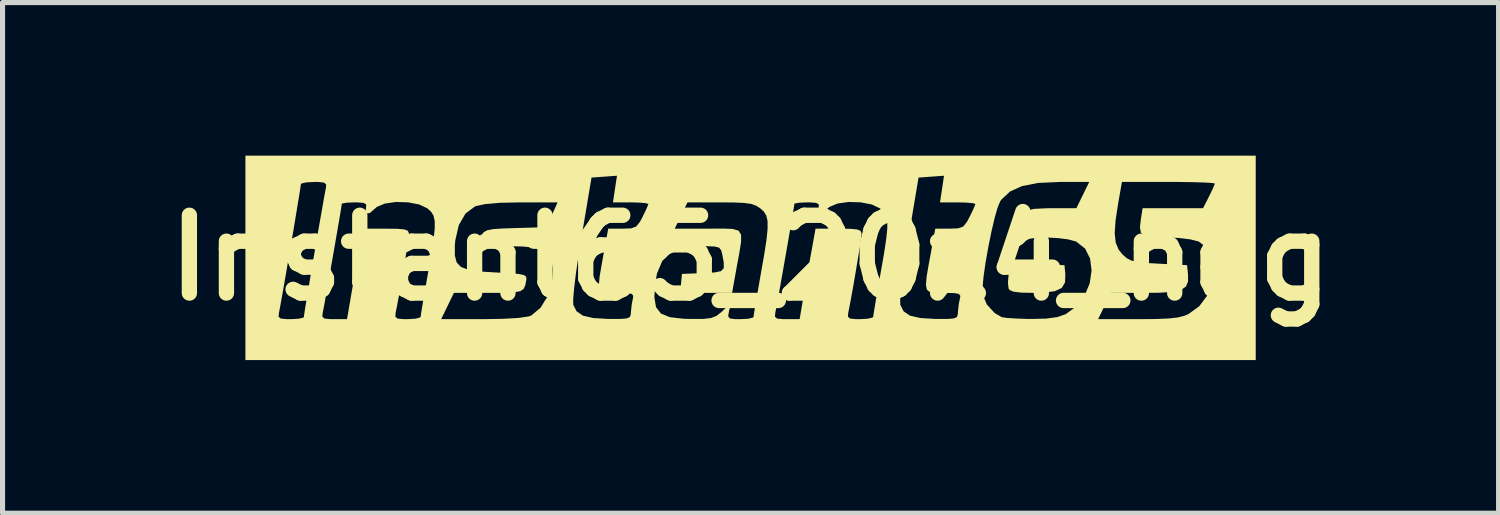
<source format=kicad_pcb>
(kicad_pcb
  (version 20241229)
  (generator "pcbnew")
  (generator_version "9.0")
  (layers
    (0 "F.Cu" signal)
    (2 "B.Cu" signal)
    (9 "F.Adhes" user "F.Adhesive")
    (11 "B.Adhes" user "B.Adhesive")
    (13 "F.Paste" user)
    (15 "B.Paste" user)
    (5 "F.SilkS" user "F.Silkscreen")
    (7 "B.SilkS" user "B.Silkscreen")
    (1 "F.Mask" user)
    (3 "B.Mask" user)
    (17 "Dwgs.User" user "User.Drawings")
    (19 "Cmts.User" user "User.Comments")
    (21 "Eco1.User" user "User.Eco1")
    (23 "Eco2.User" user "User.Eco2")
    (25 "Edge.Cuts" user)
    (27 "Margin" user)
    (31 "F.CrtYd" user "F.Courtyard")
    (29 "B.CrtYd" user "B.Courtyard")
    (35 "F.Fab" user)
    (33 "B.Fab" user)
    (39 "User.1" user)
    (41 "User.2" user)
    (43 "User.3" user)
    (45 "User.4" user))
  (footprint "Instant65_20x4_neg"
    (layer "F.Cu")
    (at 11.655 2.002)
    (property "Reference" "Instant65_20x4_neg" (at 0 0 0) (layer "F.SilkS") (effects (font (size 1.524 1.524) (thickness 0.3))))
    (attr through_hole)
    (fp_poly (pts (xy 6.15 0.143) (xy 6.167 0.322) (xy 6.161 0.482) (xy 6.097 0.589) (xy 5.96 0.653) (xy 5.734 0.682) (xy 5.543 0.686) (xy 5.301 0.681) (xy 5.151 0.663) (xy 5.074 0.629) (xy 5.055 0.6) (xy 5.042 0.488) (xy 5.056 0.329) (xy 5.06 0.312) (xy 5.097 0.11)) (stroke (width 0) (type solid)) (fill yes) (layer "F.SilkS"))
    (fp_poly (pts (xy 9.897 2.002) (xy -9.897 2.002) (xy -9.897 1.152) (xy -9.248 1.152) (xy -9.206 1.189) (xy -9.088 1.201) (xy -9.011 1.201) (xy -8.857 1.193) (xy -8.765 1.172) (xy -8.753 1.16) (xy -8.752 1.152) (xy -8.39 1.152) (xy -8.347 1.19) (xy -8.226 1.201) (xy -8.159 1.201) (xy -7.906 1.201) (xy -7.84 0.815) (xy -7.797 0.567) (xy -7.744 0.265) (xy -7.692 -0.03) (xy -7.684 -0.072) (xy -7.594 -0.572) (xy -7.144 -0.572) (xy -6.916 -0.569) (xy -6.781 -0.557) (xy -6.714 -0.53) (xy -6.694 -0.483) (xy -6.693 -0.47) (xy -6.703 -0.381) (xy -6.728 -0.206) (xy -6.766 0.027) (xy -6.81 0.291) (xy -6.856 0.56) (xy -6.901 0.807) (xy -6.939 1.004) (xy -6.953 1.073) (xy -6.96 1.152) (xy -6.918 1.189) (xy -6.798 1.201) (xy -6.723 1.201) (xy -6.062 1.201) (xy -5.248 1.201) (xy -4.847 1.194) (xy -4.548 1.177) (xy -4.355 1.149) (xy -4.296 1.129) (xy -4.116 0.979) (xy -4.007 0.803) (xy -3.475 0.803) (xy -3.474 0.915) (xy -3.473 0.92) (xy -3.409 1.047) (xy -3.284 1.132) (xy -3.081 1.179) (xy -2.784 1.197) (xy -2.76 1.197) (xy -2.546 1.197) (xy -2.422 1.186) (xy -2.363 1.158) (xy -2.346 1.104) (xy -2.345 1.073) (xy -2.328 0.907) (xy -2.309 0.815) (xy -2.302 0.771) (xy -1.885 0.771) (xy -1.853 0.965) (xy -1.756 1.091) (xy -1.582 1.162) (xy -1.316 1.193) (xy -1.147 1.197) (xy -0.921 1.196) (xy -0.774 1.179) (xy -0.67 1.138) (xy -0.575 1.064) (xy -0.553 1.044) (xy -0.385 0.887) (xy -0.422 1.044) (xy -0.439 1.14) (xy -0.41 1.186) (xy -0.309 1.2) (xy -0.201 1.201) (xy -0.047 1.193) (xy 0.045 1.171) (xy 0.057 1.158) (xy 0.058 1.152) (xy 0.477 1.152) (xy 0.52 1.19) (xy 0.641 1.201) (xy 0.708 1.201) (xy 0.961 1.201) (xy 1.027 0.815) (xy 1.07 0.567) (xy 1.123 0.265) (xy 1.175 -0.03) (xy 1.183 -0.072) (xy 1.273 -0.572) (xy 1.723 -0.572) (xy 1.951 -0.569) (xy 2.087 -0.557) (xy 2.153 -0.53) (xy 2.173 -0.483) (xy 2.174 -0.47) (xy 2.164 -0.381) (xy 2.139 -0.206) (xy 2.101 0.027) (xy 2.057 0.291) (xy 2.011 0.56) (xy 1.966 0.807) (xy 1.928 1.004) (xy 1.914 1.073) (xy 1.907 1.152) (xy 1.949 1.189) (xy 2.069 1.201) (xy 2.144 1.201) (xy 6.809 1.201) (xy 7.595 1.201) (xy 7.936 1.198) (xy 8.184 1.188) (xy 8.362 1.169) (xy 8.493 1.137) (xy 8.58 1.101) (xy 8.792 0.946) (xy 8.949 0.737) (xy 9.047 0.496) (xy 9.084 0.247) (xy 9.055 0.014) (xy 8.958 -0.181) (xy 8.79 -0.314) (xy 8.773 -0.322) (xy 8.618 -0.362) (xy 8.391 -0.39) (xy 8.137 -0.4) (xy 8.131 -0.4) (xy 7.881 -0.406) (xy 7.726 -0.432) (xy 7.648 -0.492) (xy 7.628 -0.602) (xy 7.648 -0.769) (xy 7.681 -0.973) (xy 8.865 -0.973) (xy 8.98 -1.199) (xy 9.05 -1.343) (xy 9.091 -1.439) (xy 9.096 -1.457) (xy 9.042 -1.467) (xy 8.893 -1.476) (xy 8.668 -1.483) (xy 8.385 -1.487) (xy 8.186 -1.487) (xy 7.276 -1.487) (xy 7.203 -1.073) (xy 7.151 -0.734) (xy 7.134 -0.483) (xy 7.154 -0.298) (xy 7.212 -0.16) (xy 7.288 -0.066) (xy 7.369 0.005) (xy 7.458 0.052) (xy 7.584 0.082) (xy 7.774 0.101) (xy 7.996 0.114) (xy 8.552 0.143) (xy 8.57 0.322) (xy 8.571 0.462) (xy 8.531 0.561) (xy 8.436 0.627) (xy 8.27 0.665) (xy 8.018 0.683) (xy 7.73 0.686) (xy 7.059 0.686) (xy 6.934 0.944) (xy 6.809 1.201) (xy 2.144 1.201) (xy 2.298 1.192) (xy 2.391 1.169) (xy 2.403 1.155) (xy 2.412 1.085) (xy 2.439 0.924) (xy 2.459 0.803) (xy 2.932 0.803) (xy 2.933 0.915) (xy 2.934 0.92) (xy 2.998 1.047) (xy 3.123 1.132) (xy 3.326 1.179) (xy 3.623 1.197) (xy 3.647 1.197) (xy 3.861 1.197) (xy 3.985 1.186) (xy 4.044 1.158) (xy 4.061 1.104) (xy 4.062 1.073) (xy 4.079 0.907) (xy 4.098 0.815) (xy 4.11 0.745) (xy 4.081 0.706) (xy 3.988 0.69) (xy 3.808 0.686) (xy 3.782 0.686) (xy 3.623 0.686) (xy 3.516 0.672) (xy 3.456 0.626) (xy 3.445 0.576) (xy 4.545 0.576) (xy 4.546 0.717) (xy 4.547 0.72) (xy 4.629 0.913) (xy 4.782 1.081) (xy 4.92 1.161) (xy 5.014 1.176) (xy 5.19 1.188) (xy 5.415 1.196) (xy 5.492 1.197) (xy 5.793 1.19) (xy 6.011 1.16) (xy 6.174 1.103) (xy 6.177 1.101) (xy 6.39 0.946) (xy 6.547 0.737) (xy 6.645 0.496) (xy 6.681 0.247) (xy 6.652 0.014) (xy 6.555 -0.181) (xy 6.387 -0.314) (xy 6.371 -0.322) (xy 6.223 -0.362) (xy 6.024 -0.387) (xy 5.81 -0.399) (xy 5.612 -0.394) (xy 5.465 -0.374) (xy 5.406 -0.344) (xy 5.331 -0.272) (xy 5.256 -0.225) (xy 5.188 -0.196) (xy 5.16 -0.219) (xy 5.163 -0.318) (xy 5.179 -0.439) (xy 5.221 -0.674) (xy 5.282 -0.828) (xy 5.384 -0.917) (xy 5.551 -0.96) (xy 5.803 -0.972) (xy 5.882 -0.973) (xy 6.384 -0.973) (xy 6.509 -1.23) (xy 6.635 -1.487) (xy 6.053 -1.487) (xy 5.638 -1.468) (xy 5.319 -1.406) (xy 5.082 -1.299) (xy 4.914 -1.141) (xy 4.891 -1.108) (xy 4.84 -0.986) (xy 4.781 -0.779) (xy 4.719 -0.514) (xy 4.659 -0.218) (xy 4.606 0.081) (xy 4.566 0.355) (xy 4.545 0.576) (xy 3.445 0.576) (xy 3.436 0.532) (xy 3.449 0.37) (xy 3.491 0.124) (xy 3.526 -0.063) (xy 3.619 -0.572) (xy 3.896 -0.572) (xy 4.067 -0.578) (xy 4.167 -0.614) (xy 4.239 -0.705) (xy 4.289 -0.799) (xy 4.359 -0.942) (xy 4.4 -1.039) (xy 4.405 -1.056) (xy 4.353 -1.072) (xy 4.218 -1.083) (xy 4.058 -1.087) (xy 3.711 -1.087) (xy 3.751 -1.348) (xy 3.79 -1.609) (xy 3.541 -1.591) (xy 3.291 -1.573) (xy 3.094 -0.4) (xy 3.033 -0.022) (xy 2.985 0.316) (xy 2.95 0.597) (xy 2.932 0.803) (xy 2.459 0.803) (xy 2.478 0.694) (xy 2.527 0.415) (xy 2.545 0.312) (xy 2.613 -0.073) (xy 2.657 -0.363) (xy 2.679 -0.574) (xy 2.679 -0.723) (xy 2.655 -0.828) (xy 2.609 -0.903) (xy 2.539 -0.967) (xy 2.538 -0.968) (xy 2.375 -1.046) (xy 2.156 -1.088) (xy 1.919 -1.095) (xy 1.702 -1.064) (xy 1.545 -0.998) (xy 1.516 -0.973) (xy 1.407 -0.878) (xy 1.338 -0.87) (xy 1.327 -0.947) (xy 1.332 -0.973) (xy 1.338 -1.044) (xy 1.288 -1.077) (xy 1.156 -1.087) (xy 1.11 -1.087) (xy 0.958 -1.081) (xy 0.869 -1.066) (xy 0.858 -1.057) (xy 0.849 -0.991) (xy 0.823 -0.834) (xy 0.784 -0.608) (xy 0.737 -0.334) (xy 0.685 -0.036) (xy 0.632 0.266) (xy 0.582 0.549) (xy 0.538 0.792) (xy 0.505 0.974) (xy 0.485 1.071) (xy 0.485 1.073) (xy 0.477 1.152) (xy 0.058 1.152) (xy 0.067 1.089) (xy 0.094 0.929) (xy 0.133 0.7) (xy 0.182 0.422) (xy 0.2 0.318) (xy 0.268 -0.069) (xy 0.313 -0.36) (xy 0.334 -0.572) (xy 0.333 -0.722) (xy 0.309 -0.827) (xy 0.262 -0.904) (xy 0.193 -0.968) (xy 0.112 -1.021) (xy 0.015 -1.056) (xy -0.123 -1.076) (xy -0.328 -1.085) (xy -0.597 -1.087) (xy -1.236 -1.087) (xy -1.361 -0.83) (xy -1.486 -0.572) (xy -0.829 -0.572) (xy -0.543 -0.574) (xy -0.35 -0.567) (xy -0.235 -0.533) (xy -0.185 -0.453) (xy -0.186 -0.311) (xy -0.222 -0.086) (xy -0.267 0.154) (xy -0.362 0.686) (xy -1.38 0.686) (xy -1.362 0.501) (xy -1.344 0.315) (xy -0.93 0.298) (xy -0.707 0.286) (xy -0.579 0.26) (xy -0.525 0.201) (xy -0.525 0.092) (xy -0.551 -0.05) (xy -0.574 -0.145) (xy -0.615 -0.199) (xy -0.701 -0.222) (xy -0.86 -0.228) (xy -0.965 -0.228) (xy -1.306 -0.198) (xy -1.557 -0.106) (xy -1.729 0.059) (xy -1.833 0.304) (xy -1.868 0.497) (xy -1.885 0.771) (xy -2.302 0.771) (xy -2.298 0.745) (xy -2.326 0.706) (xy -2.419 0.69) (xy -2.6 0.686) (xy -2.625 0.686) (xy -2.784 0.686) (xy -2.891 0.672) (xy -2.951 0.626) (xy -2.972 0.532) (xy -2.958 0.37) (xy -2.916 0.124) (xy -2.882 -0.063) (xy -2.789 -0.572) (xy -2.511 -0.572) (xy -2.34 -0.578) (xy -2.241 -0.614) (xy -2.168 -0.705) (xy -2.118 -0.799) (xy -2.048 -0.942) (xy -2.007 -1.039) (xy -2.002 -1.056) (xy -2.054 -1.072) (xy -2.19 -1.083) (xy -2.349 -1.087) (xy -2.696 -1.087) (xy -2.657 -1.348) (xy -2.617 -1.609) (xy -2.867 -1.591) (xy -3.116 -1.573) (xy -3.313 -0.4) (xy -3.374 -0.022) (xy -3.423 0.316) (xy -3.457 0.597) (xy -3.475 0.803) (xy -4.007 0.803) (xy -3.976 0.754) (xy -3.889 0.489) (xy -3.869 0.221) (xy -3.903 0.045) (xy -3.964 -0.071) (xy -4.066 -0.151) (xy -4.227 -0.199) (xy -4.466 -0.223) (xy -4.749 -0.229) (xy -4.979 -0.235) (xy -5.163 -0.251) (xy -5.273 -0.273) (xy -5.291 -0.285) (xy -5.294 -0.375) (xy -5.265 -0.455) (xy -5.225 -0.506) (xy -5.158 -0.541) (xy -5.041 -0.563) (xy -4.851 -0.576) (xy -4.601 -0.584) (xy -3.999 -0.601) (xy -3.89 -0.844) (xy -3.781 -1.087) (xy -4.495 -1.087) (xy -4.906 -1.079) (xy -5.204 -1.053) (xy -5.39 -1.012) (xy -5.398 -1.008) (xy -5.584 -0.87) (xy -5.716 -0.642) (xy -5.786 -0.339) (xy -5.794 -0.232) (xy -5.793 -0.043) (xy -5.758 0.09) (xy -5.673 0.179) (xy -5.522 0.235) (xy -5.288 0.268) (xy -4.99 0.286) (xy -4.719 0.3) (xy -4.543 0.315) (xy -4.443 0.336) (xy -4.399 0.367) (xy -4.391 0.412) (xy -4.393 0.429) (xy -4.413 0.536) (xy -4.446 0.609) (xy -4.513 0.653) (xy -4.634 0.676) (xy -4.828 0.685) (xy -5.116 0.686) (xy -5.812 0.686) (xy -5.937 0.944) (xy -6.062 1.201) (xy -6.723 1.201) (xy -6.569 1.192) (xy -6.476 1.169) (xy -6.464 1.155) (xy -6.455 1.085) (xy -6.428 0.924) (xy -6.389 0.694) (xy -6.34 0.415) (xy -6.322 0.312) (xy -6.254 -0.073) (xy -6.21 -0.363) (xy -6.188 -0.574) (xy -6.188 -0.723) (xy -6.212 -0.828) (xy -6.258 -0.903) (xy -6.328 -0.967) (xy -6.329 -0.968) (xy -6.492 -1.046) (xy -6.711 -1.088) (xy -6.948 -1.095) (xy -7.165 -1.064) (xy -7.322 -0.998) (xy -7.351 -0.973) (xy -7.46 -0.878) (xy -7.529 -0.87) (xy -7.54 -0.947) (xy -7.535 -0.973) (xy -7.529 -1.044) (xy -7.579 -1.077) (xy -7.711 -1.087) (xy -7.757 -1.087) (xy -7.909 -1.081) (xy -7.998 -1.066) (xy -8.009 -1.057) (xy -8.018 -0.991) (xy -8.044 -0.834) (xy -8.083 -0.608) (xy -8.13 -0.334) (xy -8.182 -0.036) (xy -8.235 0.266) (xy -8.285 0.549) (xy -8.329 0.792) (xy -8.362 0.974) (xy -8.382 1.071) (xy -8.382 1.073) (xy -8.39 1.152) (xy -8.752 1.152) (xy -8.743 1.092) (xy -8.718 0.932) (xy -8.679 0.699) (xy -8.631 0.414) (xy -8.578 0.096) (xy -8.521 -0.233) (xy -8.466 -0.555) (xy -8.414 -0.849) (xy -8.371 -1.095) (xy -8.339 -1.273) (xy -8.322 -1.359) (xy -8.314 -1.438) (xy -8.357 -1.475) (xy -8.475 -1.487) (xy -8.551 -1.487) (xy -8.705 -1.479) (xy -8.798 -1.457) (xy -8.81 -1.444) (xy -8.819 -1.375) (xy -8.845 -1.212) (xy -8.884 -0.978) (xy -8.931 -0.691) (xy -8.985 -0.372) (xy -9.042 -0.042) (xy -9.097 0.279) (xy -9.148 0.572) (xy -9.191 0.816) (xy -9.223 0.991) (xy -9.239 1.073) (xy -9.248 1.152) (xy -9.897 1.152) (xy -9.897 -2.002) (xy 9.897 -2.002)) (stroke (width 0) (type solid)) (fill yes) (layer "F.SilkS")))
  (gr_rect
    (start -3 -3)
    (end 26.31 7.005)
    (stroke (width 0.1) (type default))
    (fill no)
    (layer "Edge.Cuts")))
</source>
